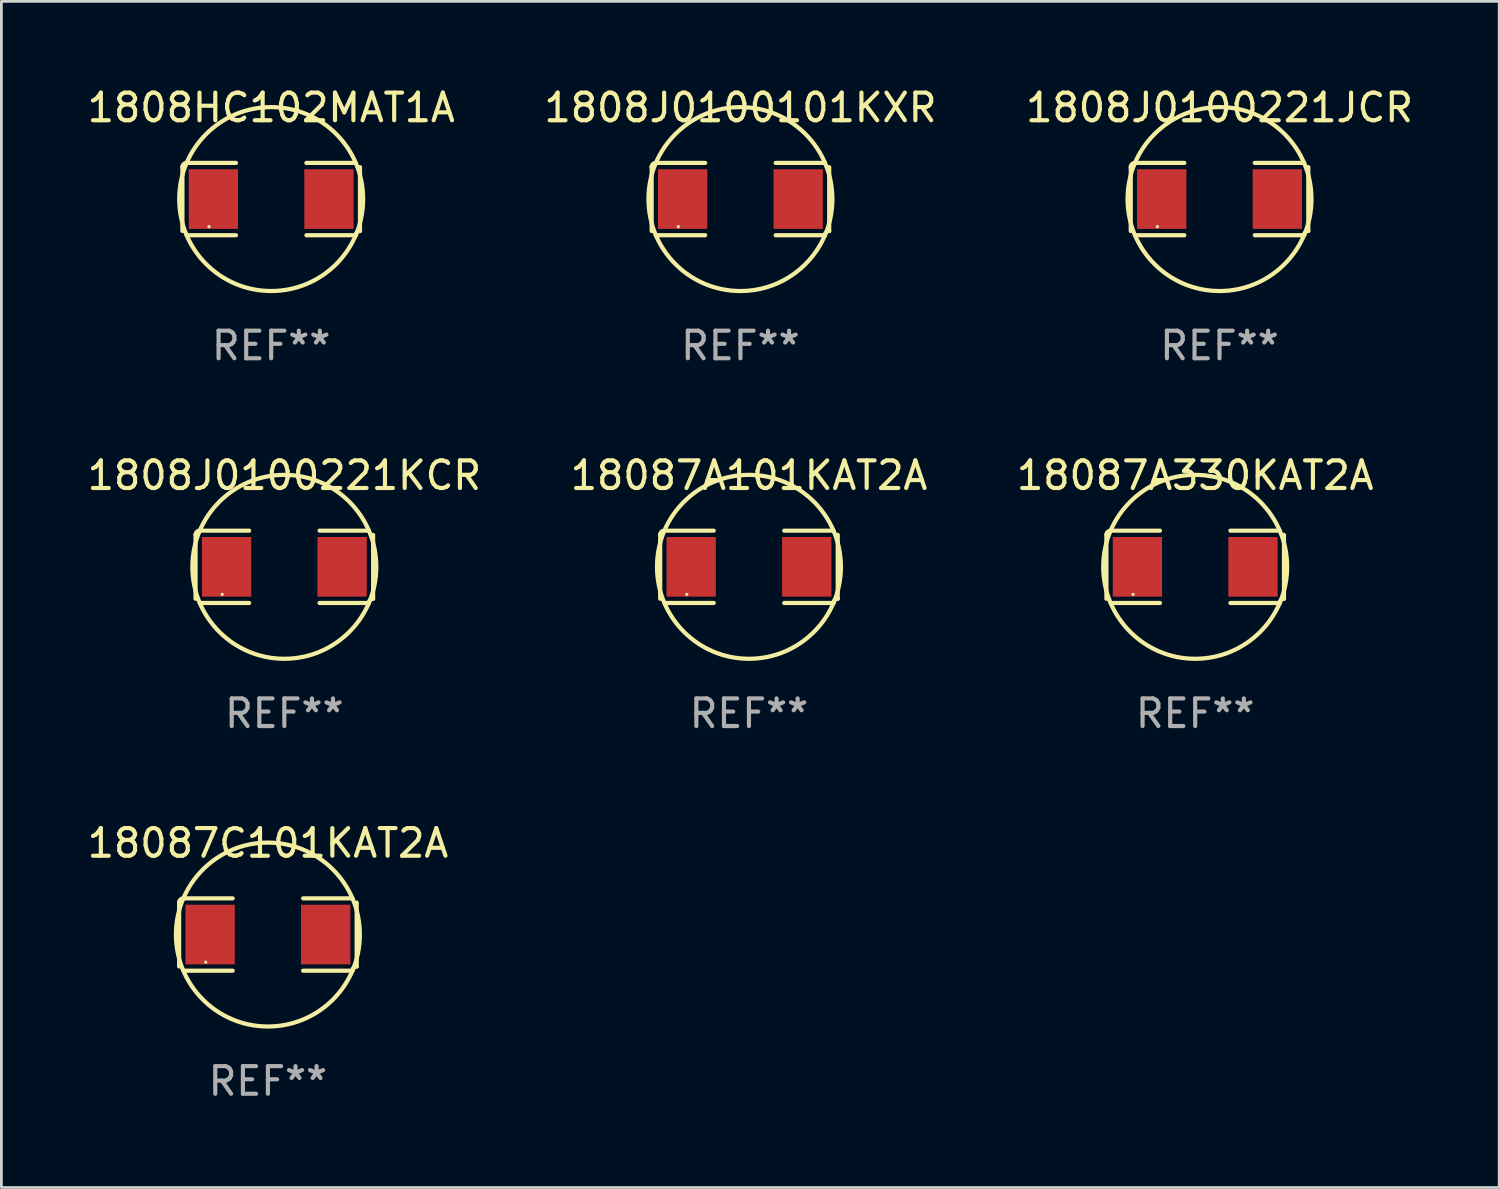
<source format=kicad_pcb>
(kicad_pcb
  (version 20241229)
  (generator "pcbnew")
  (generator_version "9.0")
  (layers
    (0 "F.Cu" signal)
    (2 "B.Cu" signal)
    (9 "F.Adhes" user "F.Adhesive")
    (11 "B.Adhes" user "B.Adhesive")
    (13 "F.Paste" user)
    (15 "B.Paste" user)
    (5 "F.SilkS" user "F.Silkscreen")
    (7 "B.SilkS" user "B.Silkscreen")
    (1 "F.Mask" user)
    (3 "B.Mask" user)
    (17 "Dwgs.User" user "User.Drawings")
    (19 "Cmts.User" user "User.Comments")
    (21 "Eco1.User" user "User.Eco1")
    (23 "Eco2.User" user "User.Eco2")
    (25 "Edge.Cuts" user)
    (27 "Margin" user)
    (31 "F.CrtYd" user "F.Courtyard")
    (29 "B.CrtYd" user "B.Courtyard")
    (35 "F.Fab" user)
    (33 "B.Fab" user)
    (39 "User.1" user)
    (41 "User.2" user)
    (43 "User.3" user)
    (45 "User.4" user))
  (footprint "1808HC102MAT1A"
    (layer "F.Cu")
    (at 6.768 4.157)
    (property "Reference" "1808HC102MAT1A" (at 0 -3.309 0) (layer "F.SilkS") (effects (font (size 1 1) (thickness 0.15))))
    (attr through_hole)
    (fp_line (start -3.214 -1.156) (end -3.214 1.156) (stroke (width 0.152) (type solid)) (layer "F.SilkS"))
    (fp_line (start -3.061 1.309) (end -1.276 1.309) (stroke (width 0.152) (type solid)) (layer "F.SilkS"))
    (fp_line (start -1.276 -1.309) (end -3.061 -1.309) (stroke (width 0.152) (type solid)) (layer "F.SilkS"))
    (fp_line (start 1.276 -1.309) (end 3.061 -1.309) (stroke (width 0.152) (type solid)) (layer "F.SilkS"))
    (fp_line (start 3.061 1.309) (end 1.276 1.309) (stroke (width 0.152) (type solid)) (layer "F.SilkS"))
    (fp_line (start 3.214 -1.156) (end 3.214 1.156) (stroke (width 0.152) (type solid)) (layer "F.SilkS"))
    (fp_arc (start -3.21359 -1.15621) (mid -3.168953 -1.263974) (end -3.061189 -1.308611) (stroke (width 0.1524) (type solid)) (layer "F.SilkS"))
    (fp_arc (start 3.061188 1.308611) (mid 3.105825 1.200847) (end 3.213589 1.15621) (stroke (width 0.1524) (type solid)) (layer "F.SilkS"))
    (fp_arc (start 3.061189 -1.308611) (mid -3.061167 1.308589) (end 3.061189 -1.308611) (stroke (width 0.1524) (type solid)) (layer "F.SilkS"))
    (fp_circle (center -2.25 1) (end -2.22 1) (stroke (width 0.06) (type solid)) (fill no) (layer "F.SilkS"))
    (fp_text user "REF**" (at 0 5.309 0) (layer "F.Fab") (effects (font (size 1 1) (thickness 0.15))))
    (pad "1" smd rect (at -2.092 0) (size 1.785 2.16) (layers "F.Cu" "F.Mask" "F.Paste"))
    (pad "2" smd rect (at 2.092 0) (size 1.785 2.16) (layers "F.Cu" "F.Mask" "F.Paste")))
  (footprint "18087A330KAT2A"
    (layer "F.Cu")
    (at 40.22 17.471)
    (property "Reference" "18087A330KAT2A" (at 0 -3.309 0) (layer "F.SilkS") (effects (font (size 1 1) (thickness 0.15))))
    (attr through_hole)
    (fp_line (start -3.214 -1.156) (end -3.214 1.156) (stroke (width 0.152) (type solid)) (layer "F.SilkS"))
    (fp_line (start -3.061 1.309) (end -1.276 1.309) (stroke (width 0.152) (type solid)) (layer "F.SilkS"))
    (fp_line (start -1.276 -1.309) (end -3.061 -1.309) (stroke (width 0.152) (type solid)) (layer "F.SilkS"))
    (fp_line (start 1.276 -1.309) (end 3.061 -1.309) (stroke (width 0.152) (type solid)) (layer "F.SilkS"))
    (fp_line (start 3.061 1.309) (end 1.276 1.309) (stroke (width 0.152) (type solid)) (layer "F.SilkS"))
    (fp_line (start 3.214 -1.156) (end 3.214 1.156) (stroke (width 0.152) (type solid)) (layer "F.SilkS"))
    (fp_arc (start -3.21359 -1.15621) (mid -3.168953 -1.263974) (end -3.061189 -1.308611) (stroke (width 0.1524) (type solid)) (layer "F.SilkS"))
    (fp_arc (start 3.061188 1.308611) (mid 3.105825 1.200847) (end 3.213589 1.15621) (stroke (width 0.1524) (type solid)) (layer "F.SilkS"))
    (fp_arc (start 3.061189 -1.308611) (mid -3.061167 1.308589) (end 3.061189 -1.308611) (stroke (width 0.1524) (type solid)) (layer "F.SilkS"))
    (fp_circle (center -2.25 1) (end -2.22 1) (stroke (width 0.06) (type solid)) (fill no) (layer "F.SilkS"))
    (fp_text user "REF**" (at 0 5.309 0) (layer "F.Fab") (effects (font (size 1 1) (thickness 0.15))))
    (pad "1" smd rect (at -2.092 0) (size 1.785 2.16) (layers "F.Cu" "F.Mask" "F.Paste"))
    (pad "2" smd rect (at 2.092 0) (size 1.785 2.16) (layers "F.Cu" "F.Mask" "F.Paste")))
  (footprint "1808J0100101KXR"
    (layer "F.Cu")
    (at 23.756 4.157)
    (property "Reference" "1808J0100101KXR" (at 0 -3.309 0) (layer "F.SilkS") (effects (font (size 1 1) (thickness 0.15))))
    (attr through_hole)
    (fp_line (start -3.214 -1.156) (end -3.214 1.156) (stroke (width 0.152) (type solid)) (layer "F.SilkS"))
    (fp_line (start -3.061 1.309) (end -1.276 1.309) (stroke (width 0.152) (type solid)) (layer "F.SilkS"))
    (fp_line (start -1.276 -1.309) (end -3.061 -1.309) (stroke (width 0.152) (type solid)) (layer "F.SilkS"))
    (fp_line (start 1.276 -1.309) (end 3.061 -1.309) (stroke (width 0.152) (type solid)) (layer "F.SilkS"))
    (fp_line (start 3.061 1.309) (end 1.276 1.309) (stroke (width 0.152) (type solid)) (layer "F.SilkS"))
    (fp_line (start 3.214 -1.156) (end 3.214 1.156) (stroke (width 0.152) (type solid)) (layer "F.SilkS"))
    (fp_arc (start -3.21359 -1.15621) (mid -3.168953 -1.263974) (end -3.061189 -1.308611) (stroke (width 0.1524) (type solid)) (layer "F.SilkS"))
    (fp_arc (start 3.061188 1.308611) (mid 3.105825 1.200847) (end 3.213589 1.15621) (stroke (width 0.1524) (type solid)) (layer "F.SilkS"))
    (fp_arc (start 3.061189 -1.308611) (mid -3.061167 1.308589) (end 3.061189 -1.308611) (stroke (width 0.1524) (type solid)) (layer "F.SilkS"))
    (fp_circle (center -2.25 1) (end -2.22 1) (stroke (width 0.06) (type solid)) (fill no) (layer "F.SilkS"))
    (fp_text user "REF**" (at 0 5.309 0) (layer "F.Fab") (effects (font (size 1 1) (thickness 0.15))))
    (pad "1" smd rect (at -2.092 0) (size 1.785 2.16) (layers "F.Cu" "F.Mask" "F.Paste"))
    (pad "2" smd rect (at 2.092 0) (size 1.785 2.16) (layers "F.Cu" "F.Mask" "F.Paste")))
  (footprint "1808J0100221KCR"
    (layer "F.Cu")
    (at 7.244 17.471)
    (property "Reference" "1808J0100221KCR" (at 0 -3.309 0) (layer "F.SilkS") (effects (font (size 1 1) (thickness 0.15))))
    (attr through_hole)
    (fp_line (start -3.214 -1.156) (end -3.214 1.156) (stroke (width 0.152) (type solid)) (layer "F.SilkS"))
    (fp_line (start -3.061 1.309) (end -1.276 1.309) (stroke (width 0.152) (type solid)) (layer "F.SilkS"))
    (fp_line (start -1.276 -1.309) (end -3.061 -1.309) (stroke (width 0.152) (type solid)) (layer "F.SilkS"))
    (fp_line (start 1.276 -1.309) (end 3.061 -1.309) (stroke (width 0.152) (type solid)) (layer "F.SilkS"))
    (fp_line (start 3.061 1.309) (end 1.276 1.309) (stroke (width 0.152) (type solid)) (layer "F.SilkS"))
    (fp_line (start 3.214 -1.156) (end 3.214 1.156) (stroke (width 0.152) (type solid)) (layer "F.SilkS"))
    (fp_arc (start -3.21359 -1.15621) (mid -3.168953 -1.263974) (end -3.061189 -1.308611) (stroke (width 0.1524) (type solid)) (layer "F.SilkS"))
    (fp_arc (start 3.061188 1.308611) (mid 3.105825 1.200847) (end 3.213589 1.15621) (stroke (width 0.1524) (type solid)) (layer "F.SilkS"))
    (fp_arc (start 3.061189 -1.308611) (mid -3.061167 1.308589) (end 3.061189 -1.308611) (stroke (width 0.1524) (type solid)) (layer "F.SilkS"))
    (fp_circle (center -2.25 1) (end -2.22 1) (stroke (width 0.06) (type solid)) (fill no) (layer "F.SilkS"))
    (fp_text user "REF**" (at 0 5.309 0) (layer "F.Fab") (effects (font (size 1 1) (thickness 0.15))))
    (pad "1" smd rect (at -2.092 0) (size 1.785 2.16) (layers "F.Cu" "F.Mask" "F.Paste"))
    (pad "2" smd rect (at 2.092 0) (size 1.785 2.16) (layers "F.Cu" "F.Mask" "F.Paste")))
  (footprint "1808J0100221JCR"
    (layer "F.Cu")
    (at 41.101 4.157)
    (property "Reference" "1808J0100221JCR" (at 0 -3.309 0) (layer "F.SilkS") (effects (font (size 1 1) (thickness 0.15))))
    (attr through_hole)
    (fp_line (start -3.214 -1.156) (end -3.214 1.156) (stroke (width 0.152) (type solid)) (layer "F.SilkS"))
    (fp_line (start -3.061 1.309) (end -1.276 1.309) (stroke (width 0.152) (type solid)) (layer "F.SilkS"))
    (fp_line (start -1.276 -1.309) (end -3.061 -1.309) (stroke (width 0.152) (type solid)) (layer "F.SilkS"))
    (fp_line (start 1.276 -1.309) (end 3.061 -1.309) (stroke (width 0.152) (type solid)) (layer "F.SilkS"))
    (fp_line (start 3.061 1.309) (end 1.276 1.309) (stroke (width 0.152) (type solid)) (layer "F.SilkS"))
    (fp_line (start 3.214 -1.156) (end 3.214 1.156) (stroke (width 0.152) (type solid)) (layer "F.SilkS"))
    (fp_arc (start -3.21359 -1.15621) (mid -3.168953 -1.263974) (end -3.061189 -1.308611) (stroke (width 0.1524) (type solid)) (layer "F.SilkS"))
    (fp_arc (start 3.061188 1.308611) (mid 3.105825 1.200847) (end 3.213589 1.15621) (stroke (width 0.1524) (type solid)) (layer "F.SilkS"))
    (fp_arc (start 3.061189 -1.308611) (mid -3.061167 1.308589) (end 3.061189 -1.308611) (stroke (width 0.1524) (type solid)) (layer "F.SilkS"))
    (fp_circle (center -2.25 1) (end -2.22 1) (stroke (width 0.06) (type solid)) (fill no) (layer "F.SilkS"))
    (fp_text user "REF**" (at 0 5.309 0) (layer "F.Fab") (effects (font (size 1 1) (thickness 0.15))))
    (pad "1" smd rect (at -2.092 0) (size 1.785 2.16) (layers "F.Cu" "F.Mask" "F.Paste"))
    (pad "2" smd rect (at 2.092 0) (size 1.785 2.16) (layers "F.Cu" "F.Mask" "F.Paste")))
  (footprint "18087C101KAT2A"
    (layer "F.Cu")
    (at 6.649 30.784)
    (property "Reference" "18087C101KAT2A" (at 0 -3.309 0) (layer "F.SilkS") (effects (font (size 1 1) (thickness 0.15))))
    (attr through_hole)
    (fp_line (start -3.214 -1.156) (end -3.214 1.156) (stroke (width 0.152) (type solid)) (layer "F.SilkS"))
    (fp_line (start -3.061 1.309) (end -1.276 1.309) (stroke (width 0.152) (type solid)) (layer "F.SilkS"))
    (fp_line (start -1.276 -1.309) (end -3.061 -1.309) (stroke (width 0.152) (type solid)) (layer "F.SilkS"))
    (fp_line (start 1.276 -1.309) (end 3.061 -1.309) (stroke (width 0.152) (type solid)) (layer "F.SilkS"))
    (fp_line (start 3.061 1.309) (end 1.276 1.309) (stroke (width 0.152) (type solid)) (layer "F.SilkS"))
    (fp_line (start 3.214 -1.156) (end 3.214 1.156) (stroke (width 0.152) (type solid)) (layer "F.SilkS"))
    (fp_arc (start -3.21359 -1.15621) (mid -3.168953 -1.263974) (end -3.061189 -1.308611) (stroke (width 0.1524) (type solid)) (layer "F.SilkS"))
    (fp_arc (start 3.061188 1.308611) (mid 3.105825 1.200847) (end 3.213589 1.15621) (stroke (width 0.1524) (type solid)) (layer "F.SilkS"))
    (fp_arc (start 3.061189 -1.308611) (mid -3.061167 1.308589) (end 3.061189 -1.308611) (stroke (width 0.1524) (type solid)) (layer "F.SilkS"))
    (fp_circle (center -2.25 1) (end -2.22 1) (stroke (width 0.06) (type solid)) (fill no) (layer "F.SilkS"))
    (fp_text user "REF**" (at 0 5.309 0) (layer "F.Fab") (effects (font (size 1 1) (thickness 0.15))))
    (pad "1" smd rect (at -2.092 0) (size 1.785 2.16) (layers "F.Cu" "F.Mask" "F.Paste"))
    (pad "2" smd rect (at 2.092 0) (size 1.785 2.16) (layers "F.Cu" "F.Mask" "F.Paste")))
  (footprint "18087A101KAT2A"
    (layer "F.Cu")
    (at 24.065 17.471)
    (property "Reference" "18087A101KAT2A" (at 0 -3.309 0) (layer "F.SilkS") (effects (font (size 1 1) (thickness 0.15))))
    (attr through_hole)
    (fp_line (start -3.214 -1.156) (end -3.214 1.156) (stroke (width 0.152) (type solid)) (layer "F.SilkS"))
    (fp_line (start -3.061 1.309) (end -1.276 1.309) (stroke (width 0.152) (type solid)) (layer "F.SilkS"))
    (fp_line (start -1.276 -1.309) (end -3.061 -1.309) (stroke (width 0.152) (type solid)) (layer "F.SilkS"))
    (fp_line (start 1.276 -1.309) (end 3.061 -1.309) (stroke (width 0.152) (type solid)) (layer "F.SilkS"))
    (fp_line (start 3.061 1.309) (end 1.276 1.309) (stroke (width 0.152) (type solid)) (layer "F.SilkS"))
    (fp_line (start 3.214 -1.156) (end 3.214 1.156) (stroke (width 0.152) (type solid)) (layer "F.SilkS"))
    (fp_arc (start -3.21359 -1.15621) (mid -3.168953 -1.263974) (end -3.061189 -1.308611) (stroke (width 0.1524) (type solid)) (layer "F.SilkS"))
    (fp_arc (start 3.061188 1.308611) (mid 3.105825 1.200847) (end 3.213589 1.15621) (stroke (width 0.1524) (type solid)) (layer "F.SilkS"))
    (fp_arc (start 3.061189 -1.308611) (mid -3.061167 1.308589) (end 3.061189 -1.308611) (stroke (width 0.1524) (type solid)) (layer "F.SilkS"))
    (fp_circle (center -2.25 1) (end -2.22 1) (stroke (width 0.06) (type solid)) (fill no) (layer "F.SilkS"))
    (fp_text user "REF**" (at 0 5.309 0) (layer "F.Fab") (effects (font (size 1 1) (thickness 0.15))))
    (pad "1" smd rect (at -2.092 0) (size 1.785 2.16) (layers "F.Cu" "F.Mask" "F.Paste"))
    (pad "2" smd rect (at 2.092 0) (size 1.785 2.16) (layers "F.Cu" "F.Mask" "F.Paste")))
  (gr_rect
    (start -3 -3)
    (end 51.226 39.941)
    (stroke (width 0.1) (type default))
    (fill no)
    (layer "Edge.Cuts")))
</source>
